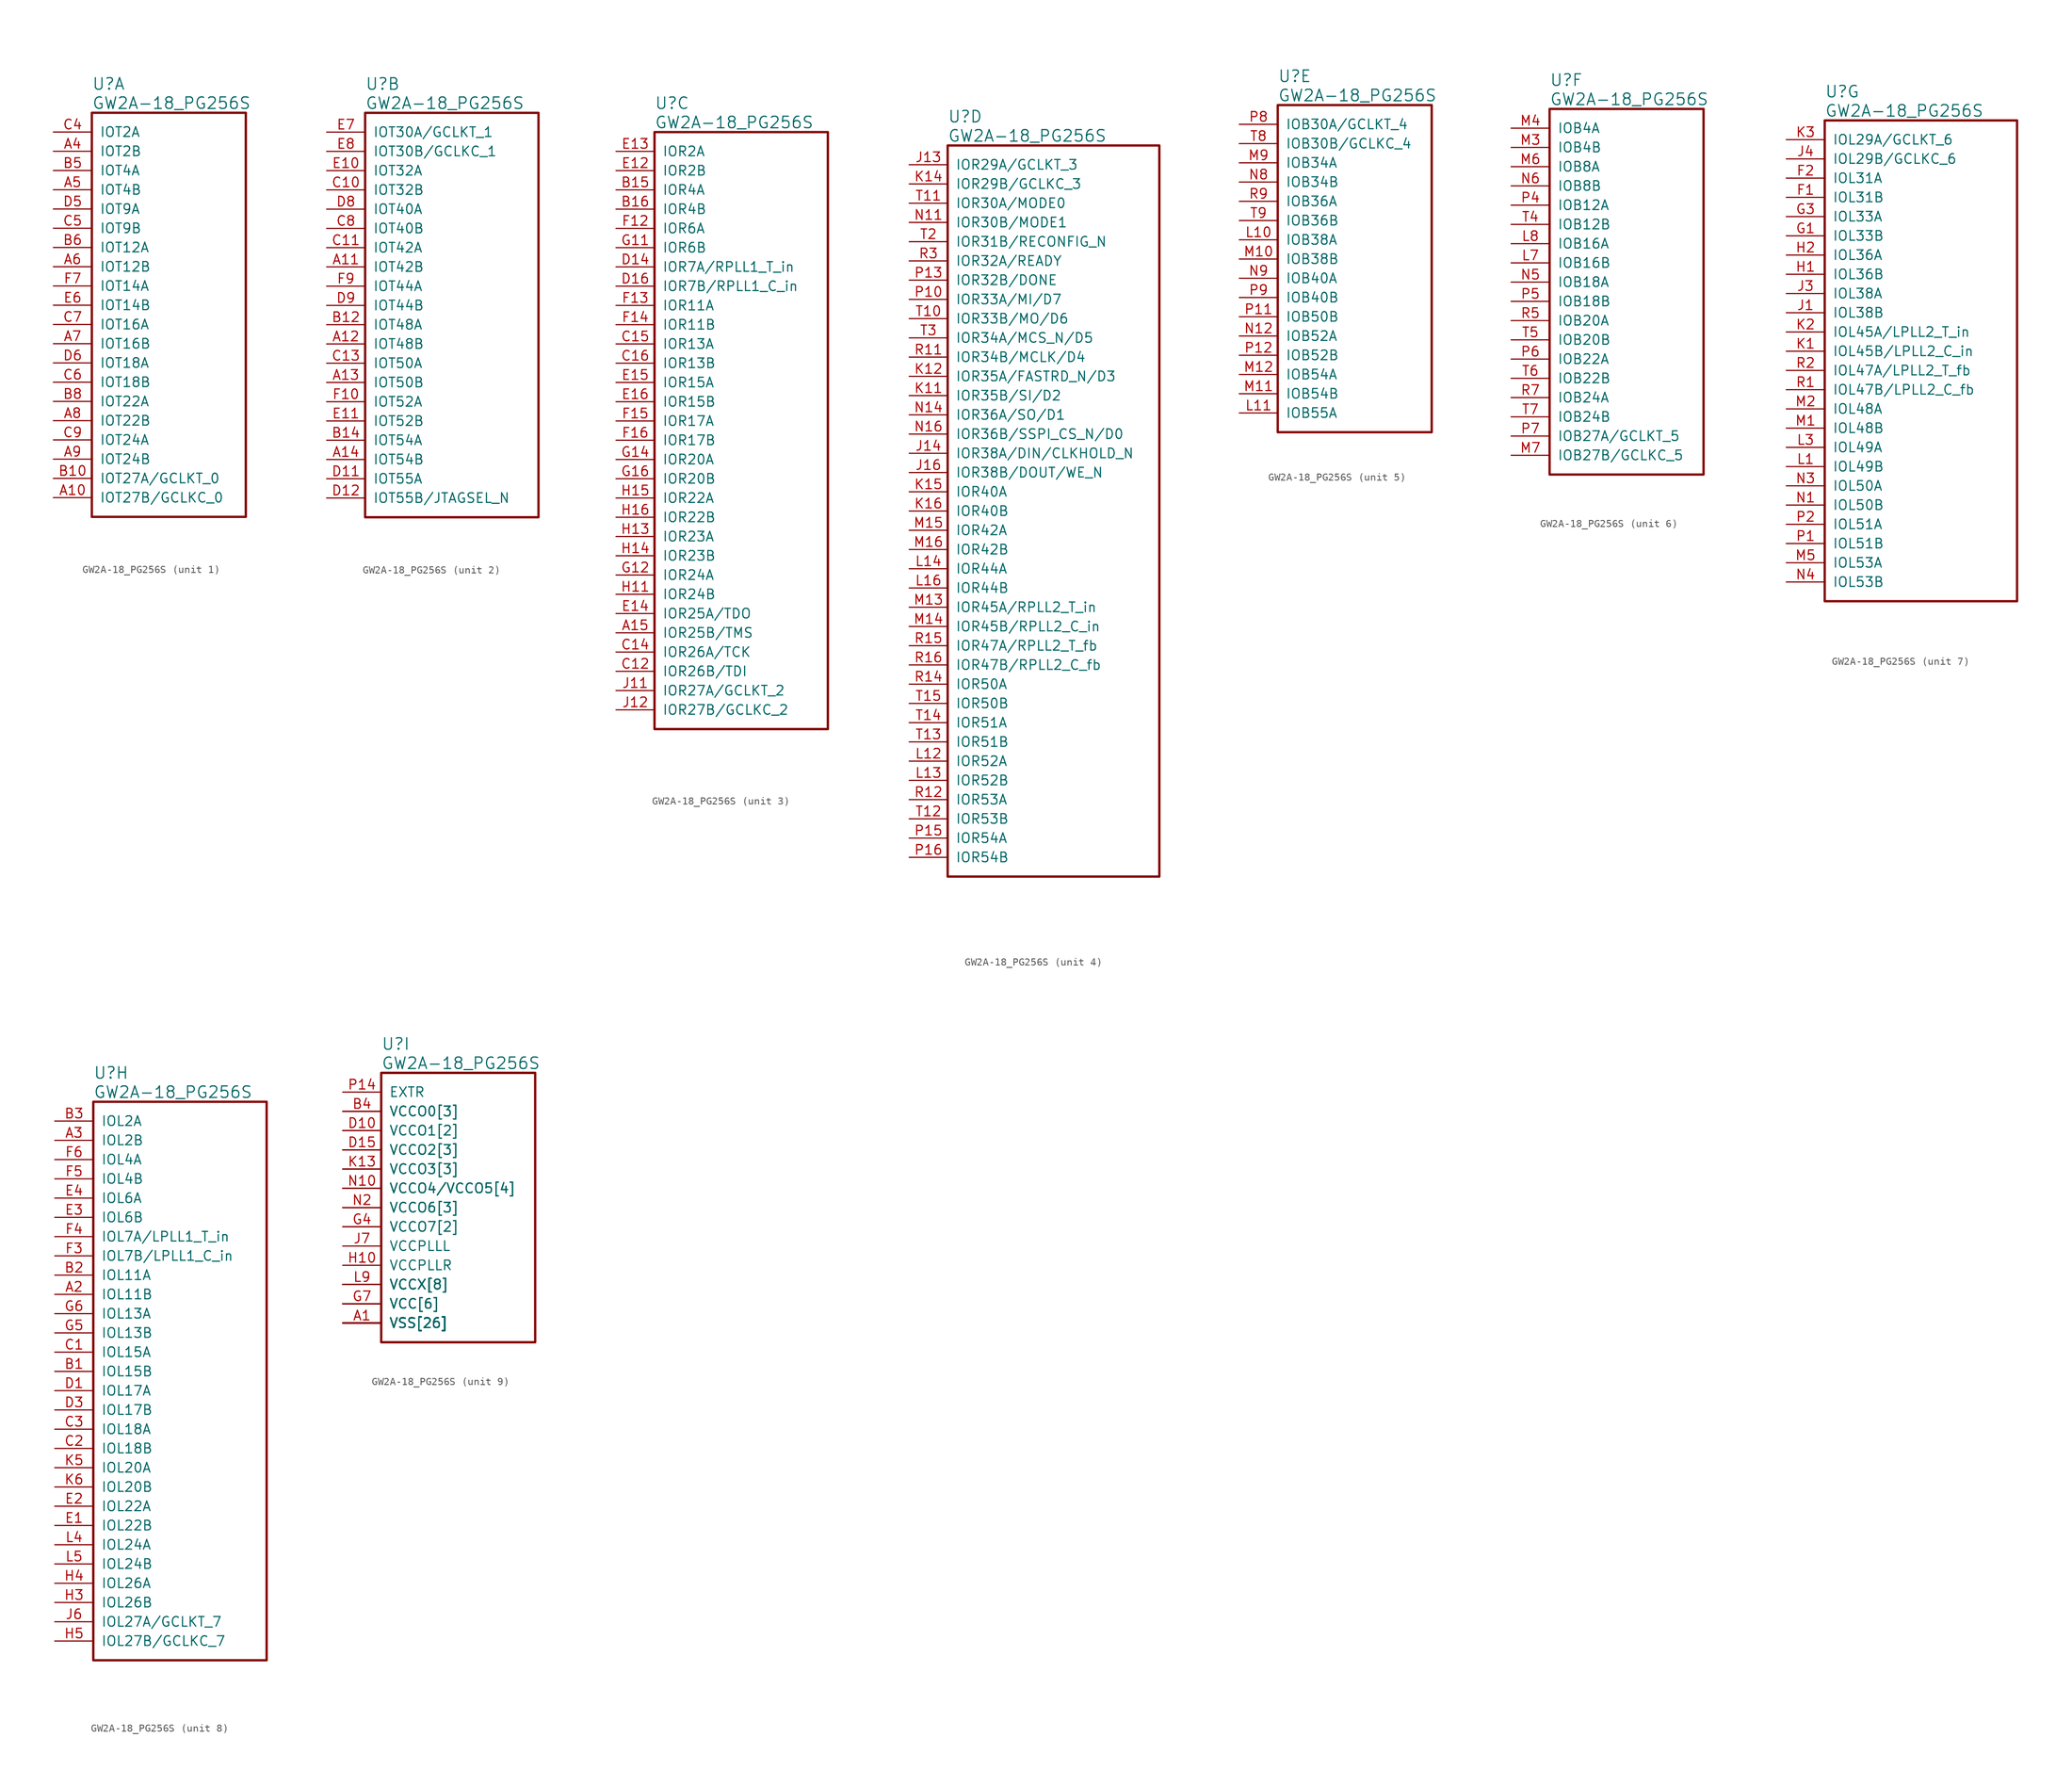
<source format=kicad_sym>
(kicad_symbol_lib
  (version 20241209)
  (generator "kicad_symbol_editor")
  (generator_version "9.0")
  (symbol "GW2A-18_PG256S"
    (pin_names
      (offset 1.016))
    (property "Reference" "U"
      (at 5.08 6.35 0)
      (effects (font (size 1.524 1.524)) (justify left)))
    (property "Value" "GW2A-18_PG256S"
      (at 5.08 3.81 0)
      (effects (font (size 1.524 1.524)) (justify left)))
    (property "ki_locked" ""
      (at 0 0 0)
      (effects (font (size 1.27 1.27))))
    (symbol "GW2A-18_PG256S_1_1"
      (rectangle (start 5.08 2.54) (end 25.4 -50.8) (stroke (width 0.305) (type solid)) (fill (type none)))
      (pin bidirectional line (at 0 0 0) (length 5.08) (name "IOT2A" (effects (font (size 1.27 1.27)))) (number "C4" (effects (font (size 1.27 1.27)))))
      (pin bidirectional line (at 0 -2.54 0) (length 5.08) (name "IOT2B" (effects (font (size 1.27 1.27)))) (number "A4" (effects (font (size 1.27 1.27)))))
      (pin bidirectional line (at 0 -5.08 0) (length 5.08) (name "IOT4A" (effects (font (size 1.27 1.27)))) (number "B5" (effects (font (size 1.27 1.27)))))
      (pin bidirectional line (at 0 -7.62 0) (length 5.08) (name "IOT4B" (effects (font (size 1.27 1.27)))) (number "A5" (effects (font (size 1.27 1.27)))))
      (pin bidirectional line (at 0 -10.16 0) (length 5.08) (name "IOT9A" (effects (font (size 1.27 1.27)))) (number "D5" (effects (font (size 1.27 1.27)))))
      (pin bidirectional line (at 0 -12.7 0) (length 5.08) (name "IOT9B" (effects (font (size 1.27 1.27)))) (number "C5" (effects (font (size 1.27 1.27)))))
      (pin bidirectional line (at 0 -15.24 0) (length 5.08) (name "IOT12A" (effects (font (size 1.27 1.27)))) (number "B6" (effects (font (size 1.27 1.27)))))
      (pin bidirectional line (at 0 -17.78 0) (length 5.08) (name "IOT12B" (effects (font (size 1.27 1.27)))) (number "A6" (effects (font (size 1.27 1.27)))))
      (pin bidirectional line (at 0 -20.32 0) (length 5.08) (name "IOT14A" (effects (font (size 1.27 1.27)))) (number "F7" (effects (font (size 1.27 1.27)))))
      (pin bidirectional line (at 0 -22.86 0) (length 5.08) (name "IOT14B" (effects (font (size 1.27 1.27)))) (number "E6" (effects (font (size 1.27 1.27)))))
      (pin bidirectional line (at 0 -25.4 0) (length 5.08) (name "IOT16A" (effects (font (size 1.27 1.27)))) (number "C7" (effects (font (size 1.27 1.27)))))
      (pin bidirectional line (at 0 -27.94 0) (length 5.08) (name "IOT16B" (effects (font (size 1.27 1.27)))) (number "A7" (effects (font (size 1.27 1.27)))))
      (pin bidirectional line (at 0 -30.48 0) (length 5.08) (name "IOT18A" (effects (font (size 1.27 1.27)))) (number "D6" (effects (font (size 1.27 1.27)))))
      (pin bidirectional line (at 0 -33.02 0) (length 5.08) (name "IOT18B" (effects (font (size 1.27 1.27)))) (number "C6" (effects (font (size 1.27 1.27)))))
      (pin bidirectional line (at 0 -35.56 0) (length 5.08) (name "IOT22A" (effects (font (size 1.27 1.27)))) (number "B8" (effects (font (size 1.27 1.27)))))
      (pin bidirectional line (at 0 -38.1 0) (length 5.08) (name "IOT22B" (effects (font (size 1.27 1.27)))) (number "A8" (effects (font (size 1.27 1.27)))))
      (pin bidirectional line (at 0 -40.64 0) (length 5.08) (name "IOT24A" (effects (font (size 1.27 1.27)))) (number "C9" (effects (font (size 1.27 1.27)))))
      (pin bidirectional line (at 0 -43.18 0) (length 5.08) (name "IOT24B" (effects (font (size 1.27 1.27)))) (number "A9" (effects (font (size 1.27 1.27)))))
      (pin bidirectional line (at 0 -45.72 0) (length 5.08) (name "IOT27A/GCLKT_0" (effects (font (size 1.27 1.27)))) (number "B10" (effects (font (size 1.27 1.27)))))
      (pin bidirectional line (at 0 -48.26 0) (length 5.08) (name "IOT27B/GCLKC_0" (effects (font (size 1.27 1.27)))) (number "A10" (effects (font (size 1.27 1.27))))))
    (symbol "GW2A-18_PG256S_2_1"
      (rectangle (start 5.08 2.54) (end 27.94 -50.8) (stroke (width 0.305) (type solid)) (fill (type none)))
      (pin bidirectional line (at 0 0 0) (length 5.08) (name "IOT30A/GCLKT_1" (effects (font (size 1.27 1.27)))) (number "E7" (effects (font (size 1.27 1.27)))))
      (pin bidirectional line (at 0 -2.54 0) (length 5.08) (name "IOT30B/GCLKC_1" (effects (font (size 1.27 1.27)))) (number "E8" (effects (font (size 1.27 1.27)))))
      (pin bidirectional line (at 0 -5.08 0) (length 5.08) (name "IOT32A" (effects (font (size 1.27 1.27)))) (number "E10" (effects (font (size 1.27 1.27)))))
      (pin bidirectional line (at 0 -7.62 0) (length 5.08) (name "IOT32B" (effects (font (size 1.27 1.27)))) (number "C10" (effects (font (size 1.27 1.27)))))
      (pin bidirectional line (at 0 -10.16 0) (length 5.08) (name "IOT40A" (effects (font (size 1.27 1.27)))) (number "D8" (effects (font (size 1.27 1.27)))))
      (pin bidirectional line (at 0 -12.7 0) (length 5.08) (name "IOT40B" (effects (font (size 1.27 1.27)))) (number "C8" (effects (font (size 1.27 1.27)))))
      (pin bidirectional line (at 0 -15.24 0) (length 5.08) (name "IOT42A" (effects (font (size 1.27 1.27)))) (number "C11" (effects (font (size 1.27 1.27)))))
      (pin bidirectional line (at 0 -17.78 0) (length 5.08) (name "IOT42B" (effects (font (size 1.27 1.27)))) (number "A11" (effects (font (size 1.27 1.27)))))
      (pin bidirectional line (at 0 -20.32 0) (length 5.08) (name "IOT44A" (effects (font (size 1.27 1.27)))) (number "F9" (effects (font (size 1.27 1.27)))))
      (pin bidirectional line (at 0 -22.86 0) (length 5.08) (name "IOT44B" (effects (font (size 1.27 1.27)))) (number "D9" (effects (font (size 1.27 1.27)))))
      (pin bidirectional line (at 0 -25.4 0) (length 5.08) (name "IOT48A" (effects (font (size 1.27 1.27)))) (number "B12" (effects (font (size 1.27 1.27)))))
      (pin bidirectional line (at 0 -27.94 0) (length 5.08) (name "IOT48B" (effects (font (size 1.27 1.27)))) (number "A12" (effects (font (size 1.27 1.27)))))
      (pin bidirectional line (at 0 -30.48 0) (length 5.08) (name "IOT50A" (effects (font (size 1.27 1.27)))) (number "C13" (effects (font (size 1.27 1.27)))))
      (pin bidirectional line (at 0 -33.02 0) (length 5.08) (name "IOT50B" (effects (font (size 1.27 1.27)))) (number "A13" (effects (font (size 1.27 1.27)))))
      (pin bidirectional line (at 0 -35.56 0) (length 5.08) (name "IOT52A" (effects (font (size 1.27 1.27)))) (number "F10" (effects (font (size 1.27 1.27)))))
      (pin bidirectional line (at 0 -38.1 0) (length 5.08) (name "IOT52B" (effects (font (size 1.27 1.27)))) (number "E11" (effects (font (size 1.27 1.27)))))
      (pin bidirectional line (at 0 -40.64 0) (length 5.08) (name "IOT54A" (effects (font (size 1.27 1.27)))) (number "B14" (effects (font (size 1.27 1.27)))))
      (pin bidirectional line (at 0 -43.18 0) (length 5.08) (name "IOT54B" (effects (font (size 1.27 1.27)))) (number "A14" (effects (font (size 1.27 1.27)))))
      (pin bidirectional line (at 0 -45.72 0) (length 5.08) (name "IOT55A" (effects (font (size 1.27 1.27)))) (number "D11" (effects (font (size 1.27 1.27)))))
      (pin bidirectional line (at 0 -48.26 0) (length 5.08) (name "IOT55B/JTAGSEL_N" (effects (font (size 1.27 1.27)))) (number "D12" (effects (font (size 1.27 1.27))))))
    (symbol "GW2A-18_PG256S_3_1"
      (rectangle (start 5.08 2.54) (end 27.94 -76.2) (stroke (width 0.305) (type solid)) (fill (type none)))
      (pin bidirectional line (at 0 0 0) (length 5.08) (name "IOR2A" (effects (font (size 1.27 1.27)))) (number "E13" (effects (font (size 1.27 1.27)))))
      (pin bidirectional line (at 0 -2.54 0) (length 5.08) (name "IOR2B" (effects (font (size 1.27 1.27)))) (number "E12" (effects (font (size 1.27 1.27)))))
      (pin bidirectional line (at 0 -5.08 0) (length 5.08) (name "IOR4A" (effects (font (size 1.27 1.27)))) (number "B15" (effects (font (size 1.27 1.27)))))
      (pin bidirectional line (at 0 -7.62 0) (length 5.08) (name "IOR4B" (effects (font (size 1.27 1.27)))) (number "B16" (effects (font (size 1.27 1.27)))))
      (pin bidirectional line (at 0 -10.16 0) (length 5.08) (name "IOR6A" (effects (font (size 1.27 1.27)))) (number "F12" (effects (font (size 1.27 1.27)))))
      (pin bidirectional line (at 0 -12.7 0) (length 5.08) (name "IOR6B" (effects (font (size 1.27 1.27)))) (number "G11" (effects (font (size 1.27 1.27)))))
      (pin bidirectional line (at 0 -15.24 0) (length 5.08) (name "IOR7A/RPLL1_T_in" (effects (font (size 1.27 1.27)))) (number "D14" (effects (font (size 1.27 1.27)))))
      (pin bidirectional line (at 0 -17.78 0) (length 5.08) (name "IOR7B/RPLL1_C_in" (effects (font (size 1.27 1.27)))) (number "D16" (effects (font (size 1.27 1.27)))))
      (pin bidirectional line (at 0 -20.32 0) (length 5.08) (name "IOR11A" (effects (font (size 1.27 1.27)))) (number "F13" (effects (font (size 1.27 1.27)))))
      (pin bidirectional line (at 0 -22.86 0) (length 5.08) (name "IOR11B" (effects (font (size 1.27 1.27)))) (number "F14" (effects (font (size 1.27 1.27)))))
      (pin bidirectional line (at 0 -25.4 0) (length 5.08) (name "IOR13A" (effects (font (size 1.27 1.27)))) (number "C15" (effects (font (size 1.27 1.27)))))
      (pin bidirectional line (at 0 -27.94 0) (length 5.08) (name "IOR13B" (effects (font (size 1.27 1.27)))) (number "C16" (effects (font (size 1.27 1.27)))))
      (pin bidirectional line (at 0 -30.48 0) (length 5.08) (name "IOR15A" (effects (font (size 1.27 1.27)))) (number "E15" (effects (font (size 1.27 1.27)))))
      (pin bidirectional line (at 0 -33.02 0) (length 5.08) (name "IOR15B" (effects (font (size 1.27 1.27)))) (number "E16" (effects (font (size 1.27 1.27)))))
      (pin bidirectional line (at 0 -35.56 0) (length 5.08) (name "IOR17A" (effects (font (size 1.27 1.27)))) (number "F15" (effects (font (size 1.27 1.27)))))
      (pin bidirectional line (at 0 -38.1 0) (length 5.08) (name "IOR17B" (effects (font (size 1.27 1.27)))) (number "F16" (effects (font (size 1.27 1.27)))))
      (pin bidirectional line (at 0 -40.64 0) (length 5.08) (name "IOR20A" (effects (font (size 1.27 1.27)))) (number "G14" (effects (font (size 1.27 1.27)))))
      (pin bidirectional line (at 0 -43.18 0) (length 5.08) (name "IOR20B" (effects (font (size 1.27 1.27)))) (number "G16" (effects (font (size 1.27 1.27)))))
      (pin bidirectional line (at 0 -45.72 0) (length 5.08) (name "IOR22A" (effects (font (size 1.27 1.27)))) (number "H15" (effects (font (size 1.27 1.27)))))
      (pin bidirectional line (at 0 -48.26 0) (length 5.08) (name "IOR22B" (effects (font (size 1.27 1.27)))) (number "H16" (effects (font (size 1.27 1.27)))))
      (pin bidirectional line (at 0 -50.8 0) (length 5.08) (name "IOR23A" (effects (font (size 1.27 1.27)))) (number "H13" (effects (font (size 1.27 1.27)))))
      (pin bidirectional line (at 0 -53.34 0) (length 5.08) (name "IOR23B" (effects (font (size 1.27 1.27)))) (number "H14" (effects (font (size 1.27 1.27)))))
      (pin bidirectional line (at 0 -55.88 0) (length 5.08) (name "IOR24A" (effects (font (size 1.27 1.27)))) (number "G12" (effects (font (size 1.27 1.27)))))
      (pin bidirectional line (at 0 -58.42 0) (length 5.08) (name "IOR24B" (effects (font (size 1.27 1.27)))) (number "H11" (effects (font (size 1.27 1.27)))))
      (pin bidirectional line (at 0 -60.96 0) (length 5.08) (name "IOR25A/TDO" (effects (font (size 1.27 1.27)))) (number "E14" (effects (font (size 1.27 1.27)))))
      (pin bidirectional line (at 0 -63.5 0) (length 5.08) (name "IOR25B/TMS" (effects (font (size 1.27 1.27)))) (number "A15" (effects (font (size 1.27 1.27)))))
      (pin bidirectional line (at 0 -66.04 0) (length 5.08) (name "IOR26A/TCK" (effects (font (size 1.27 1.27)))) (number "C14" (effects (font (size 1.27 1.27)))))
      (pin bidirectional line (at 0 -68.58 0) (length 5.08) (name "IOR26B/TDI" (effects (font (size 1.27 1.27)))) (number "C12" (effects (font (size 1.27 1.27)))))
      (pin bidirectional line (at 0 -71.12 0) (length 5.08) (name "IOR27A/GCLKT_2" (effects (font (size 1.27 1.27)))) (number "J11" (effects (font (size 1.27 1.27)))))
      (pin bidirectional line (at 0 -73.66 0) (length 5.08) (name "IOR27B/GCLKC_2" (effects (font (size 1.27 1.27)))) (number "J12" (effects (font (size 1.27 1.27))))))
    (symbol "GW2A-18_PG256S_4_1"
      (rectangle (start 5.08 2.54) (end 33.02 -93.98) (stroke (width 0.305) (type solid)) (fill (type none)))
      (pin bidirectional line (at 0 0 0) (length 5.08) (name "IOR29A/GCLKT_3" (effects (font (size 1.27 1.27)))) (number "J13" (effects (font (size 1.27 1.27)))))
      (pin bidirectional line (at 0 -2.54 0) (length 5.08) (name "IOR29B/GCLKC_3" (effects (font (size 1.27 1.27)))) (number "K14" (effects (font (size 1.27 1.27)))))
      (pin bidirectional line (at 0 -5.08 0) (length 5.08) (name "IOR30A/MODE0" (effects (font (size 1.27 1.27)))) (number "T11" (effects (font (size 1.27 1.27)))))
      (pin bidirectional line (at 0 -7.62 0) (length 5.08) (name "IOR30B/MODE1" (effects (font (size 1.27 1.27)))) (number "N11" (effects (font (size 1.27 1.27)))))
      (pin bidirectional line (at 0 -10.16 0) (length 5.08) (name "IOR31B/RECONFIG_N" (effects (font (size 1.27 1.27)))) (number "T2" (effects (font (size 1.27 1.27)))))
      (pin bidirectional line (at 0 -12.7 0) (length 5.08) (name "IOR32A/READY" (effects (font (size 1.27 1.27)))) (number "R3" (effects (font (size 1.27 1.27)))))
      (pin bidirectional line (at 0 -15.24 0) (length 5.08) (name "IOR32B/DONE" (effects (font (size 1.27 1.27)))) (number "P13" (effects (font (size 1.27 1.27)))))
      (pin bidirectional line (at 0 -17.78 0) (length 5.08) (name "IOR33A/MI/D7" (effects (font (size 1.27 1.27)))) (number "P10" (effects (font (size 1.27 1.27)))))
      (pin bidirectional line (at 0 -20.32 0) (length 5.08) (name "IOR33B/MO/D6" (effects (font (size 1.27 1.27)))) (number "T10" (effects (font (size 1.27 1.27)))))
      (pin bidirectional line (at 0 -22.86 0) (length 5.08) (name "IOR34A/MCS_N/D5" (effects (font (size 1.27 1.27)))) (number "T3" (effects (font (size 1.27 1.27)))))
      (pin bidirectional line (at 0 -25.4 0) (length 5.08) (name "IOR34B/MCLK/D4" (effects (font (size 1.27 1.27)))) (number "R11" (effects (font (size 1.27 1.27)))))
      (pin bidirectional line (at 0 -27.94 0) (length 5.08) (name "IOR35A/FASTRD_N/D3" (effects (font (size 1.27 1.27)))) (number "K12" (effects (font (size 1.27 1.27)))))
      (pin bidirectional line (at 0 -30.48 0) (length 5.08) (name "IOR35B/SI/D2" (effects (font (size 1.27 1.27)))) (number "K11" (effects (font (size 1.27 1.27)))))
      (pin bidirectional line (at 0 -33.02 0) (length 5.08) (name "IOR36A/SO/D1" (effects (font (size 1.27 1.27)))) (number "N14" (effects (font (size 1.27 1.27)))))
      (pin bidirectional line (at 0 -35.56 0) (length 5.08) (name "IOR36B/SSPI_CS_N/D0" (effects (font (size 1.27 1.27)))) (number "N16" (effects (font (size 1.27 1.27)))))
      (pin bidirectional line (at 0 -38.1 0) (length 5.08) (name "IOR38A/DIN/CLKHOLD_N" (effects (font (size 1.27 1.27)))) (number "J14" (effects (font (size 1.27 1.27)))))
      (pin bidirectional line (at 0 -40.64 0) (length 5.08) (name "IOR38B/DOUT/WE_N" (effects (font (size 1.27 1.27)))) (number "J16" (effects (font (size 1.27 1.27)))))
      (pin bidirectional line (at 0 -43.18 0) (length 5.08) (name "IOR40A" (effects (font (size 1.27 1.27)))) (number "K15" (effects (font (size 1.27 1.27)))))
      (pin bidirectional line (at 0 -45.72 0) (length 5.08) (name "IOR40B" (effects (font (size 1.27 1.27)))) (number "K16" (effects (font (size 1.27 1.27)))))
      (pin bidirectional line (at 0 -48.26 0) (length 5.08) (name "IOR42A" (effects (font (size 1.27 1.27)))) (number "M15" (effects (font (size 1.27 1.27)))))
      (pin bidirectional line (at 0 -50.8 0) (length 5.08) (name "IOR42B" (effects (font (size 1.27 1.27)))) (number "M16" (effects (font (size 1.27 1.27)))))
      (pin bidirectional line (at 0 -53.34 0) (length 5.08) (name "IOR44A" (effects (font (size 1.27 1.27)))) (number "L14" (effects (font (size 1.27 1.27)))))
      (pin bidirectional line (at 0 -55.88 0) (length 5.08) (name "IOR44B" (effects (font (size 1.27 1.27)))) (number "L16" (effects (font (size 1.27 1.27)))))
      (pin bidirectional line (at 0 -58.42 0) (length 5.08) (name "IOR45A/RPLL2_T_in" (effects (font (size 1.27 1.27)))) (number "M13" (effects (font (size 1.27 1.27)))))
      (pin bidirectional line (at 0 -60.96 0) (length 5.08) (name "IOR45B/RPLL2_C_in" (effects (font (size 1.27 1.27)))) (number "M14" (effects (font (size 1.27 1.27)))))
      (pin bidirectional line (at 0 -63.5 0) (length 5.08) (name "IOR47A/RPLL2_T_fb" (effects (font (size 1.27 1.27)))) (number "R15" (effects (font (size 1.27 1.27)))))
      (pin bidirectional line (at 0 -66.04 0) (length 5.08) (name "IOR47B/RPLL2_C_fb" (effects (font (size 1.27 1.27)))) (number "R16" (effects (font (size 1.27 1.27)))))
      (pin bidirectional line (at 0 -68.58 0) (length 5.08) (name "IOR50A" (effects (font (size 1.27 1.27)))) (number "R14" (effects (font (size 1.27 1.27)))))
      (pin bidirectional line (at 0 -71.12 0) (length 5.08) (name "IOR50B" (effects (font (size 1.27 1.27)))) (number "T15" (effects (font (size 1.27 1.27)))))
      (pin bidirectional line (at 0 -73.66 0) (length 5.08) (name "IOR51A" (effects (font (size 1.27 1.27)))) (number "T14" (effects (font (size 1.27 1.27)))))
      (pin bidirectional line (at 0 -76.2 0) (length 5.08) (name "IOR51B" (effects (font (size 1.27 1.27)))) (number "T13" (effects (font (size 1.27 1.27)))))
      (pin bidirectional line (at 0 -78.74 0) (length 5.08) (name "IOR52A" (effects (font (size 1.27 1.27)))) (number "L12" (effects (font (size 1.27 1.27)))))
      (pin bidirectional line (at 0 -81.28 0) (length 5.08) (name "IOR52B" (effects (font (size 1.27 1.27)))) (number "L13" (effects (font (size 1.27 1.27)))))
      (pin bidirectional line (at 0 -83.82 0) (length 5.08) (name "IOR53A" (effects (font (size 1.27 1.27)))) (number "R12" (effects (font (size 1.27 1.27)))))
      (pin bidirectional line (at 0 -86.36 0) (length 5.08) (name "IOR53B" (effects (font (size 1.27 1.27)))) (number "T12" (effects (font (size 1.27 1.27)))))
      (pin bidirectional line (at 0 -88.9 0) (length 5.08) (name "IOR54A" (effects (font (size 1.27 1.27)))) (number "P15" (effects (font (size 1.27 1.27)))))
      (pin bidirectional line (at 0 -91.44 0) (length 5.08) (name "IOR54B" (effects (font (size 1.27 1.27)))) (number "P16" (effects (font (size 1.27 1.27))))))
    (symbol "GW2A-18_PG256S_5_1"
      (rectangle (start 5.08 2.54) (end 25.4 -40.64) (stroke (width 0.305) (type solid)) (fill (type none)))
      (pin bidirectional line (at 0 0 0) (length 5.08) (name "IOB30A/GCLKT_4" (effects (font (size 1.27 1.27)))) (number "P8" (effects (font (size 1.27 1.27)))))
      (pin bidirectional line (at 0 -2.54 0) (length 5.08) (name "IOB30B/GCLKC_4" (effects (font (size 1.27 1.27)))) (number "T8" (effects (font (size 1.27 1.27)))))
      (pin bidirectional line (at 0 -5.08 0) (length 5.08) (name "IOB34A" (effects (font (size 1.27 1.27)))) (number "M9" (effects (font (size 1.27 1.27)))))
      (pin bidirectional line (at 0 -7.62 0) (length 5.08) (name "IOB34B" (effects (font (size 1.27 1.27)))) (number "N8" (effects (font (size 1.27 1.27)))))
      (pin bidirectional line (at 0 -10.16 0) (length 5.08) (name "IOB36A" (effects (font (size 1.27 1.27)))) (number "R9" (effects (font (size 1.27 1.27)))))
      (pin bidirectional line (at 0 -12.7 0) (length 5.08) (name "IOB36B" (effects (font (size 1.27 1.27)))) (number "T9" (effects (font (size 1.27 1.27)))))
      (pin bidirectional line (at 0 -15.24 0) (length 5.08) (name "IOB38A" (effects (font (size 1.27 1.27)))) (number "L10" (effects (font (size 1.27 1.27)))))
      (pin bidirectional line (at 0 -17.78 0) (length 5.08) (name "IOB38B" (effects (font (size 1.27 1.27)))) (number "M10" (effects (font (size 1.27 1.27)))))
      (pin bidirectional line (at 0 -20.32 0) (length 5.08) (name "IOB40A" (effects (font (size 1.27 1.27)))) (number "N9" (effects (font (size 1.27 1.27)))))
      (pin bidirectional line (at 0 -22.86 0) (length 5.08) (name "IOB40B" (effects (font (size 1.27 1.27)))) (number "P9" (effects (font (size 1.27 1.27)))))
      (pin bidirectional line (at 0 -25.4 0) (length 5.08) (name "IOB50B" (effects (font (size 1.27 1.27)))) (number "P11" (effects (font (size 1.27 1.27)))))
      (pin bidirectional line (at 0 -27.94 0) (length 5.08) (name "IOB52A" (effects (font (size 1.27 1.27)))) (number "N12" (effects (font (size 1.27 1.27)))))
      (pin bidirectional line (at 0 -30.48 0) (length 5.08) (name "IOB52B" (effects (font (size 1.27 1.27)))) (number "P12" (effects (font (size 1.27 1.27)))))
      (pin bidirectional line (at 0 -33.02 0) (length 5.08) (name "IOB54A" (effects (font (size 1.27 1.27)))) (number "M12" (effects (font (size 1.27 1.27)))))
      (pin bidirectional line (at 0 -35.56 0) (length 5.08) (name "IOB54B" (effects (font (size 1.27 1.27)))) (number "M11" (effects (font (size 1.27 1.27)))))
      (pin bidirectional line (at 0 -38.1 0) (length 5.08) (name "IOB55A" (effects (font (size 1.27 1.27)))) (number "L11" (effects (font (size 1.27 1.27))))))
    (symbol "GW2A-18_PG256S_6_1"
      (rectangle (start 5.08 2.54) (end 25.4 -45.72) (stroke (width 0.305) (type solid)) (fill (type none)))
      (pin bidirectional line (at 0 0 0) (length 5.08) (name "IOB4A" (effects (font (size 1.27 1.27)))) (number "M4" (effects (font (size 1.27 1.27)))))
      (pin bidirectional line (at 0 -2.54 0) (length 5.08) (name "IOB4B" (effects (font (size 1.27 1.27)))) (number "M3" (effects (font (size 1.27 1.27)))))
      (pin bidirectional line (at 0 -5.08 0) (length 5.08) (name "IOB8A" (effects (font (size 1.27 1.27)))) (number "M6" (effects (font (size 1.27 1.27)))))
      (pin bidirectional line (at 0 -7.62 0) (length 5.08) (name "IOB8B" (effects (font (size 1.27 1.27)))) (number "N6" (effects (font (size 1.27 1.27)))))
      (pin bidirectional line (at 0 -10.16 0) (length 5.08) (name "IOB12A" (effects (font (size 1.27 1.27)))) (number "P4" (effects (font (size 1.27 1.27)))))
      (pin bidirectional line (at 0 -12.7 0) (length 5.08) (name "IOB12B" (effects (font (size 1.27 1.27)))) (number "T4" (effects (font (size 1.27 1.27)))))
      (pin bidirectional line (at 0 -15.24 0) (length 5.08) (name "IOB16A" (effects (font (size 1.27 1.27)))) (number "L8" (effects (font (size 1.27 1.27)))))
      (pin bidirectional line (at 0 -17.78 0) (length 5.08) (name "IOB16B" (effects (font (size 1.27 1.27)))) (number "L7" (effects (font (size 1.27 1.27)))))
      (pin bidirectional line (at 0 -20.32 0) (length 5.08) (name "IOB18A" (effects (font (size 1.27 1.27)))) (number "N5" (effects (font (size 1.27 1.27)))))
      (pin bidirectional line (at 0 -22.86 0) (length 5.08) (name "IOB18B" (effects (font (size 1.27 1.27)))) (number "P5" (effects (font (size 1.27 1.27)))))
      (pin bidirectional line (at 0 -25.4 0) (length 5.08) (name "IOB20A" (effects (font (size 1.27 1.27)))) (number "R5" (effects (font (size 1.27 1.27)))))
      (pin bidirectional line (at 0 -27.94 0) (length 5.08) (name "IOB20B" (effects (font (size 1.27 1.27)))) (number "T5" (effects (font (size 1.27 1.27)))))
      (pin bidirectional line (at 0 -30.48 0) (length 5.08) (name "IOB22A" (effects (font (size 1.27 1.27)))) (number "P6" (effects (font (size 1.27 1.27)))))
      (pin bidirectional line (at 0 -33.02 0) (length 5.08) (name "IOB22B" (effects (font (size 1.27 1.27)))) (number "T6" (effects (font (size 1.27 1.27)))))
      (pin bidirectional line (at 0 -35.56 0) (length 5.08) (name "IOB24A" (effects (font (size 1.27 1.27)))) (number "R7" (effects (font (size 1.27 1.27)))))
      (pin bidirectional line (at 0 -38.1 0) (length 5.08) (name "IOB24B" (effects (font (size 1.27 1.27)))) (number "T7" (effects (font (size 1.27 1.27)))))
      (pin bidirectional line (at 0 -40.64 0) (length 5.08) (name "IOB27A/GCLKT_5" (effects (font (size 1.27 1.27)))) (number "P7" (effects (font (size 1.27 1.27)))))
      (pin bidirectional line (at 0 -43.18 0) (length 5.08) (name "IOB27B/GCLKC_5" (effects (font (size 1.27 1.27)))) (number "M7" (effects (font (size 1.27 1.27))))))
    (symbol "GW2A-18_PG256S_7_1"
      (rectangle (start 5.08 2.54) (end 30.48 -60.96) (stroke (width 0.305) (type solid)) (fill (type none)))
      (pin bidirectional line (at 0 0 0) (length 5.08) (name "IOL29A/GCLKT_6" (effects (font (size 1.27 1.27)))) (number "K3" (effects (font (size 1.27 1.27)))))
      (pin bidirectional line (at 0 -2.54 0) (length 5.08) (name "IOL29B/GCLKC_6" (effects (font (size 1.27 1.27)))) (number "J4" (effects (font (size 1.27 1.27)))))
      (pin bidirectional line (at 0 -5.08 0) (length 5.08) (name "IOL31A" (effects (font (size 1.27 1.27)))) (number "F2" (effects (font (size 1.27 1.27)))))
      (pin bidirectional line (at 0 -7.62 0) (length 5.08) (name "IOL31B" (effects (font (size 1.27 1.27)))) (number "F1" (effects (font (size 1.27 1.27)))))
      (pin bidirectional line (at 0 -10.16 0) (length 5.08) (name "IOL33A" (effects (font (size 1.27 1.27)))) (number "G3" (effects (font (size 1.27 1.27)))))
      (pin bidirectional line (at 0 -12.7 0) (length 5.08) (name "IOL33B" (effects (font (size 1.27 1.27)))) (number "G1" (effects (font (size 1.27 1.27)))))
      (pin bidirectional line (at 0 -15.24 0) (length 5.08) (name "IOL36A" (effects (font (size 1.27 1.27)))) (number "H2" (effects (font (size 1.27 1.27)))))
      (pin bidirectional line (at 0 -17.78 0) (length 5.08) (name "IOL36B" (effects (font (size 1.27 1.27)))) (number "H1" (effects (font (size 1.27 1.27)))))
      (pin bidirectional line (at 0 -20.32 0) (length 5.08) (name "IOL38A" (effects (font (size 1.27 1.27)))) (number "J3" (effects (font (size 1.27 1.27)))))
      (pin bidirectional line (at 0 -22.86 0) (length 5.08) (name "IOL38B" (effects (font (size 1.27 1.27)))) (number "J1" (effects (font (size 1.27 1.27)))))
      (pin bidirectional line (at 0 -25.4 0) (length 5.08) (name "IOL45A/LPLL2_T_in" (effects (font (size 1.27 1.27)))) (number "K2" (effects (font (size 1.27 1.27)))))
      (pin bidirectional line (at 0 -27.94 0) (length 5.08) (name "IOL45B/LPLL2_C_in" (effects (font (size 1.27 1.27)))) (number "K1" (effects (font (size 1.27 1.27)))))
      (pin bidirectional line (at 0 -30.48 0) (length 5.08) (name "IOL47A/LPLL2_T_fb" (effects (font (size 1.27 1.27)))) (number "R2" (effects (font (size 1.27 1.27)))))
      (pin bidirectional line (at 0 -33.02 0) (length 5.08) (name "IOL47B/LPLL2_C_fb" (effects (font (size 1.27 1.27)))) (number "R1" (effects (font (size 1.27 1.27)))))
      (pin bidirectional line (at 0 -35.56 0) (length 5.08) (name "IOL48A" (effects (font (size 1.27 1.27)))) (number "M2" (effects (font (size 1.27 1.27)))))
      (pin bidirectional line (at 0 -38.1 0) (length 5.08) (name "IOL48B" (effects (font (size 1.27 1.27)))) (number "M1" (effects (font (size 1.27 1.27)))))
      (pin bidirectional line (at 0 -40.64 0) (length 5.08) (name "IOL49A" (effects (font (size 1.27 1.27)))) (number "L3" (effects (font (size 1.27 1.27)))))
      (pin bidirectional line (at 0 -43.18 0) (length 5.08) (name "IOL49B" (effects (font (size 1.27 1.27)))) (number "L1" (effects (font (size 1.27 1.27)))))
      (pin bidirectional line (at 0 -45.72 0) (length 5.08) (name "IOL50A" (effects (font (size 1.27 1.27)))) (number "N3" (effects (font (size 1.27 1.27)))))
      (pin bidirectional line (at 0 -48.26 0) (length 5.08) (name "IOL50B" (effects (font (size 1.27 1.27)))) (number "N1" (effects (font (size 1.27 1.27)))))
      (pin bidirectional line (at 0 -50.8 0) (length 5.08) (name "IOL51A" (effects (font (size 1.27 1.27)))) (number "P2" (effects (font (size 1.27 1.27)))))
      (pin bidirectional line (at 0 -53.34 0) (length 5.08) (name "IOL51B" (effects (font (size 1.27 1.27)))) (number "P1" (effects (font (size 1.27 1.27)))))
      (pin bidirectional line (at 0 -55.88 0) (length 5.08) (name "IOL53A" (effects (font (size 1.27 1.27)))) (number "M5" (effects (font (size 1.27 1.27)))))
      (pin bidirectional line (at 0 -58.42 0) (length 5.08) (name "IOL53B" (effects (font (size 1.27 1.27)))) (number "N4" (effects (font (size 1.27 1.27))))))
    (symbol "GW2A-18_PG256S_8_1"
      (rectangle (start 5.08 2.54) (end 27.94 -71.12) (stroke (width 0.305) (type solid)) (fill (type none)))
      (pin bidirectional line (at 0 0 0) (length 5.08) (name "IOL2A" (effects (font (size 1.27 1.27)))) (number "B3" (effects (font (size 1.27 1.27)))))
      (pin bidirectional line (at 0 -2.54 0) (length 5.08) (name "IOL2B" (effects (font (size 1.27 1.27)))) (number "A3" (effects (font (size 1.27 1.27)))))
      (pin bidirectional line (at 0 -5.08 0) (length 5.08) (name "IOL4A" (effects (font (size 1.27 1.27)))) (number "F6" (effects (font (size 1.27 1.27)))))
      (pin bidirectional line (at 0 -7.62 0) (length 5.08) (name "IOL4B" (effects (font (size 1.27 1.27)))) (number "F5" (effects (font (size 1.27 1.27)))))
      (pin bidirectional line (at 0 -10.16 0) (length 5.08) (name "IOL6A" (effects (font (size 1.27 1.27)))) (number "E4" (effects (font (size 1.27 1.27)))))
      (pin bidirectional line (at 0 -12.7 0) (length 5.08) (name "IOL6B" (effects (font (size 1.27 1.27)))) (number "E3" (effects (font (size 1.27 1.27)))))
      (pin bidirectional line (at 0 -15.24 0) (length 5.08) (name "IOL7A/LPLL1_T_in" (effects (font (size 1.27 1.27)))) (number "F4" (effects (font (size 1.27 1.27)))))
      (pin bidirectional line (at 0 -17.78 0) (length 5.08) (name "IOL7B/LPLL1_C_in" (effects (font (size 1.27 1.27)))) (number "F3" (effects (font (size 1.27 1.27)))))
      (pin bidirectional line (at 0 -20.32 0) (length 5.08) (name "IOL11A" (effects (font (size 1.27 1.27)))) (number "B2" (effects (font (size 1.27 1.27)))))
      (pin bidirectional line (at 0 -22.86 0) (length 5.08) (name "IOL11B" (effects (font (size 1.27 1.27)))) (number "A2" (effects (font (size 1.27 1.27)))))
      (pin bidirectional line (at 0 -25.4 0) (length 5.08) (name "IOL13A" (effects (font (size 1.27 1.27)))) (number "G6" (effects (font (size 1.27 1.27)))))
      (pin bidirectional line (at 0 -27.94 0) (length 5.08) (name "IOL13B" (effects (font (size 1.27 1.27)))) (number "G5" (effects (font (size 1.27 1.27)))))
      (pin bidirectional line (at 0 -30.48 0) (length 5.08) (name "IOL15A" (effects (font (size 1.27 1.27)))) (number "C1" (effects (font (size 1.27 1.27)))))
      (pin bidirectional line (at 0 -33.02 0) (length 5.08) (name "IOL15B" (effects (font (size 1.27 1.27)))) (number "B1" (effects (font (size 1.27 1.27)))))
      (pin bidirectional line (at 0 -35.56 0) (length 5.08) (name "IOL17A" (effects (font (size 1.27 1.27)))) (number "D1" (effects (font (size 1.27 1.27)))))
      (pin bidirectional line (at 0 -38.1 0) (length 5.08) (name "IOL17B" (effects (font (size 1.27 1.27)))) (number "D3" (effects (font (size 1.27 1.27)))))
      (pin bidirectional line (at 0 -40.64 0) (length 5.08) (name "IOL18A" (effects (font (size 1.27 1.27)))) (number "C3" (effects (font (size 1.27 1.27)))))
      (pin bidirectional line (at 0 -43.18 0) (length 5.08) (name "IOL18B" (effects (font (size 1.27 1.27)))) (number "C2" (effects (font (size 1.27 1.27)))))
      (pin bidirectional line (at 0 -45.72 0) (length 5.08) (name "IOL20A" (effects (font (size 1.27 1.27)))) (number "K5" (effects (font (size 1.27 1.27)))))
      (pin bidirectional line (at 0 -48.26 0) (length 5.08) (name "IOL20B" (effects (font (size 1.27 1.27)))) (number "K6" (effects (font (size 1.27 1.27)))))
      (pin bidirectional line (at 0 -50.8 0) (length 5.08) (name "IOL22A" (effects (font (size 1.27 1.27)))) (number "E2" (effects (font (size 1.27 1.27)))))
      (pin bidirectional line (at 0 -53.34 0) (length 5.08) (name "IOL22B" (effects (font (size 1.27 1.27)))) (number "E1" (effects (font (size 1.27 1.27)))))
      (pin bidirectional line (at 0 -55.88 0) (length 5.08) (name "IOL24A" (effects (font (size 1.27 1.27)))) (number "L4" (effects (font (size 1.27 1.27)))))
      (pin bidirectional line (at 0 -58.42 0) (length 5.08) (name "IOL24B" (effects (font (size 1.27 1.27)))) (number "L5" (effects (font (size 1.27 1.27)))))
      (pin bidirectional line (at 0 -60.96 0) (length 5.08) (name "IOL26A" (effects (font (size 1.27 1.27)))) (number "H4" (effects (font (size 1.27 1.27)))))
      (pin bidirectional line (at 0 -63.5 0) (length 5.08) (name "IOL26B" (effects (font (size 1.27 1.27)))) (number "H3" (effects (font (size 1.27 1.27)))))
      (pin bidirectional line (at 0 -66.04 0) (length 5.08) (name "IOL27A/GCLKT_7" (effects (font (size 1.27 1.27)))) (number "J6" (effects (font (size 1.27 1.27)))))
      (pin bidirectional line (at 0 -68.58 0) (length 5.08) (name "IOL27B/GCLKC_7" (effects (font (size 1.27 1.27)))) (number "H5" (effects (font (size 1.27 1.27))))))
    (symbol "GW2A-18_PG256S_9_1"
      (rectangle (start 5.08 2.54) (end 25.4 -33.02) (stroke (width 0.305) (type solid)) (fill (type none)))
      (pin power_in line (at 0 0 0) (length 5.08) (name "EXTR" (effects (font (size 1.27 1.27)))) (number "P14" (effects (font (size 1.27 1.27)))))
      (pin power_in line (at 0 -2.54 0) (length 5.08) (name "VCCO0[3]" (effects (font (size 1.27 1.27)))) (number "B4" (effects (font (size 1.27 1.27)))))
      (pin power_in line (at 0 -2.54 0) (length 5.08) (name "VCCO0[3]" (effects (font (size 1.27 1.27)))) (number "B9" (effects (font (size 0 0)))))
      (pin power_in line (at 0 -2.54 0) (length 5.08) (name "VCCO0[3]" (effects (font (size 1.27 1.27)))) (number "D7" (effects (font (size 0 0)))))
      (pin power_in line (at 0 -5.08 0) (length 5.08) (name "VCCO1[2]" (effects (font (size 1.27 1.27)))) (number "B13" (effects (font (size 0 0)))))
      (pin power_in line (at 0 -5.08 0) (length 5.08) (name "VCCO1[2]" (effects (font (size 1.27 1.27)))) (number "D10" (effects (font (size 1.27 1.27)))))
      (pin power_in line (at 0 -7.62 0) (length 5.08) (name "VCCO2[3]" (effects (font (size 1.27 1.27)))) (number "D15" (effects (font (size 1.27 1.27)))))
      (pin power_in line (at 0 -7.62 0) (length 5.08) (name "VCCO2[3]" (effects (font (size 1.27 1.27)))) (number "G13" (effects (font (size 0 0)))))
      (pin power_in line (at 0 -7.62 0) (length 5.08) (name "VCCO2[3]" (effects (font (size 1.27 1.27)))) (number "J15" (effects (font (size 0 0)))))
      (pin power_in line (at 0 -10.16 0) (length 5.08) (name "VCCO3[3]" (effects (font (size 1.27 1.27)))) (number "K13" (effects (font (size 1.27 1.27)))))
      (pin power_in line (at 0 -10.16 0) (length 5.08) (name "VCCO3[3]" (effects (font (size 1.27 1.27)))) (number "N15" (effects (font (size 0 0)))))
      (pin power_in line (at 0 -10.16 0) (length 5.08) (name "VCCO3[3]" (effects (font (size 1.27 1.27)))) (number "R13" (effects (font (size 0 0)))))
      (pin power_in line (at 0 -12.7 0) (length 5.08) (name "VCCO4/VCCO5[4]" (effects (font (size 1.27 1.27)))) (number "N10" (effects (font (size 1.27 1.27)))))
      (pin power_in line (at 0 -12.7 0) (length 5.08) (name "VCCO4/VCCO5[4]" (effects (font (size 1.27 1.27)))) (number "N7" (effects (font (size 0 0)))))
      (pin power_in line (at 0 -12.7 0) (length 5.08) (name "VCCO4/VCCO5[4]" (effects (font (size 1.27 1.27)))) (number "R4" (effects (font (size 0 0)))))
      (pin power_in line (at 0 -12.7 0) (length 5.08) (name "VCCO4/VCCO5[4]" (effects (font (size 1.27 1.27)))) (number "R8" (effects (font (size 0 0)))))
      (pin power_in line (at 0 -15.24 0) (length 5.08) (name "VCCO6[3]" (effects (font (size 1.27 1.27)))) (number "J2" (effects (font (size 0 0)))))
      (pin power_in line (at 0 -15.24 0) (length 5.08) (name "VCCO6[3]" (effects (font (size 1.27 1.27)))) (number "K4" (effects (font (size 0 0)))))
      (pin power_in line (at 0 -15.24 0) (length 5.08) (name "VCCO6[3]" (effects (font (size 1.27 1.27)))) (number "N2" (effects (font (size 1.27 1.27)))))
      (pin power_in line (at 0 -17.78 0) (length 5.08) (name "VCCO7[2]" (effects (font (size 1.27 1.27)))) (number "D2" (effects (font (size 0 0)))))
      (pin power_in line (at 0 -17.78 0) (length 5.08) (name "VCCO7[2]" (effects (font (size 1.27 1.27)))) (number "G4" (effects (font (size 1.27 1.27)))))
      (pin power_in line (at 0 -20.32 0) (length 5.08) (name "VCCPLLL" (effects (font (size 1.27 1.27)))) (number "J7" (effects (font (size 1.27 1.27)))))
      (pin power_in line (at 0 -22.86 0) (length 5.08) (name "VCCPLLR" (effects (font (size 1.27 1.27)))) (number "H10" (effects (font (size 1.27 1.27)))))
      (pin power_in line (at 0 -25.4 0) (length 5.08) (name "VCCX[8]" (effects (font (size 1.27 1.27)))) (number "E5" (effects (font (size 0 0)))))
      (pin power_in line (at 0 -25.4 0) (length 5.08) (name "VCCX[8]" (effects (font (size 1.27 1.27)))) (number "F11" (effects (font (size 0 0)))))
      (pin power_in line (at 0 -25.4 0) (length 5.08) (name "VCCX[8]" (effects (font (size 1.27 1.27)))) (number "F8" (effects (font (size 0 0)))))
      (pin power_in line (at 0 -25.4 0) (length 5.08) (name "VCCX[8]" (effects (font (size 1.27 1.27)))) (number "G10" (effects (font (size 0 0)))))
      (pin power_in line (at 0 -25.4 0) (length 5.08) (name "VCCX[8]" (effects (font (size 1.27 1.27)))) (number "H6" (effects (font (size 0 0)))))
      (pin power_in line (at 0 -25.4 0) (length 5.08) (name "VCCX[8]" (effects (font (size 1.27 1.27)))) (number "J10" (effects (font (size 0 0)))))
      (pin power_in line (at 0 -25.4 0) (length 5.08) (name "VCCX[8]" (effects (font (size 1.27 1.27)))) (number "L6" (effects (font (size 0 0)))))
      (pin power_in line (at 0 -25.4 0) (length 5.08) (name "VCCX[8]" (effects (font (size 1.27 1.27)))) (number "L9" (effects (font (size 1.27 1.27)))))
      (pin power_in line (at 0 -27.94 0) (length 5.08) (name "VCC[6]" (effects (font (size 1.27 1.27)))) (number "G7" (effects (font (size 1.27 1.27)))))
      (pin power_in line (at 0 -27.94 0) (length 5.08) (name "VCC[6]" (effects (font (size 1.27 1.27)))) (number "G9" (effects (font (size 0 0)))))
      (pin power_in line (at 0 -27.94 0) (length 5.08) (name "VCC[6]" (effects (font (size 1.27 1.27)))) (number "H8" (effects (font (size 0 0)))))
      (pin power_in line (at 0 -27.94 0) (length 5.08) (name "VCC[6]" (effects (font (size 1.27 1.27)))) (number "J9" (effects (font (size 0 0)))))
      (pin power_in line (at 0 -27.94 0) (length 5.08) (name "VCC[6]" (effects (font (size 1.27 1.27)))) (number "K10" (effects (font (size 0 0)))))
      (pin power_in line (at 0 -27.94 0) (length 5.08) (name "VCC[6]" (effects (font (size 1.27 1.27)))) (number "K8" (effects (font (size 0 0)))))
      (pin power_in line (at 0 -30.48 0) (length 5.08) (name "VSS[26]" (effects (font (size 1.27 1.27)))) (number "A1" (effects (font (size 1.27 1.27)))))
      (pin power_in line (at 0 -30.48 0) (length 5.08) (name "VSS[26]" (effects (font (size 1.27 1.27)))) (number "A16" (effects (font (size 0 0)))))
      (pin power_in line (at 0 -30.48 0) (length 5.08) (name "VSS[26]" (effects (font (size 1.27 1.27)))) (number "B11" (effects (font (size 0 0)))))
      (pin power_in line (at 0 -30.48 0) (length 5.08) (name "VSS[26]" (effects (font (size 1.27 1.27)))) (number "B7" (effects (font (size 0 0)))))
      (pin power_in line (at 0 -30.48 0) (length 5.08) (name "VSS[26]" (effects (font (size 1.27 1.27)))) (number "D13" (effects (font (size 0 0)))))
      (pin power_in line (at 0 -30.48 0) (length 5.08) (name "VSS[26]" (effects (font (size 1.27 1.27)))) (number "D4" (effects (font (size 0 0)))))
      (pin power_in line (at 0 -30.48 0) (length 5.08) (name "VSS[26]" (effects (font (size 1.27 1.27)))) (number "E9" (effects (font (size 0 0)))))
      (pin power_in line (at 0 -30.48 0) (length 5.08) (name "VSS[26]" (effects (font (size 1.27 1.27)))) (number "G15" (effects (font (size 0 0)))))
      (pin power_in line (at 0 -30.48 0) (length 5.08) (name "VSS[26]" (effects (font (size 1.27 1.27)))) (number "G2" (effects (font (size 0 0)))))
      (pin power_in line (at 0 -30.48 0) (length 5.08) (name "VSS[26]" (effects (font (size 1.27 1.27)))) (number "G8" (effects (font (size 0 0)))))
      (pin power_in line (at 0 -30.48 0) (length 5.08) (name "VSS[26]" (effects (font (size 1.27 1.27)))) (number "H12" (effects (font (size 0 0)))))
      (pin power_in line (at 0 -30.48 0) (length 5.08) (name "VSS[26]" (effects (font (size 1.27 1.27)))) (number "H7" (effects (font (size 0 0)))))
      (pin power_in line (at 0 -30.48 0) (length 5.08) (name "VSS[26]" (effects (font (size 1.27 1.27)))) (number "H9" (effects (font (size 0 0)))))
      (pin power_in line (at 0 -30.48 0) (length 5.08) (name "VSS[26]" (effects (font (size 1.27 1.27)))) (number "J5" (effects (font (size 0 0)))))
      (pin power_in line (at 0 -30.48 0) (length 5.08) (name "VSS[26]" (effects (font (size 1.27 1.27)))) (number "J8" (effects (font (size 0 0)))))
      (pin power_in line (at 0 -30.48 0) (length 5.08) (name "VSS[26]" (effects (font (size 1.27 1.27)))) (number "K7" (effects (font (size 0 0)))))
      (pin power_in line (at 0 -30.48 0) (length 5.08) (name "VSS[26]" (effects (font (size 1.27 1.27)))) (number "K9" (effects (font (size 0 0)))))
      (pin power_in line (at 0 -30.48 0) (length 5.08) (name "VSS[26]" (effects (font (size 1.27 1.27)))) (number "L15" (effects (font (size 0 0)))))
      (pin power_in line (at 0 -30.48 0) (length 5.08) (name "VSS[26]" (effects (font (size 1.27 1.27)))) (number "L2" (effects (font (size 0 0)))))
      (pin power_in line (at 0 -30.48 0) (length 5.08) (name "VSS[26]" (effects (font (size 1.27 1.27)))) (number "M8" (effects (font (size 0 0)))))
      (pin power_in line (at 0 -30.48 0) (length 5.08) (name "VSS[26]" (effects (font (size 1.27 1.27)))) (number "N13" (effects (font (size 0 0)))))
      (pin power_in line (at 0 -30.48 0) (length 5.08) (name "VSS[26]" (effects (font (size 1.27 1.27)))) (number "P3" (effects (font (size 0 0)))))
      (pin power_in line (at 0 -30.48 0) (length 5.08) (name "VSS[26]" (effects (font (size 1.27 1.27)))) (number "R10" (effects (font (size 0 0)))))
      (pin power_in line (at 0 -30.48 0) (length 5.08) (name "VSS[26]" (effects (font (size 1.27 1.27)))) (number "R6" (effects (font (size 0 0)))))
      (pin power_in line (at 0 -30.48 0) (length 5.08) (name "VSS[26]" (effects (font (size 1.27 1.27)))) (number "T1" (effects (font (size 0 0)))))
      (pin power_in line (at 0 -30.48 0) (length 5.08) (name "VSS[26]" (effects (font (size 1.27 1.27)))) (number "T16" (effects (font (size 0 0))))))))
</source>
